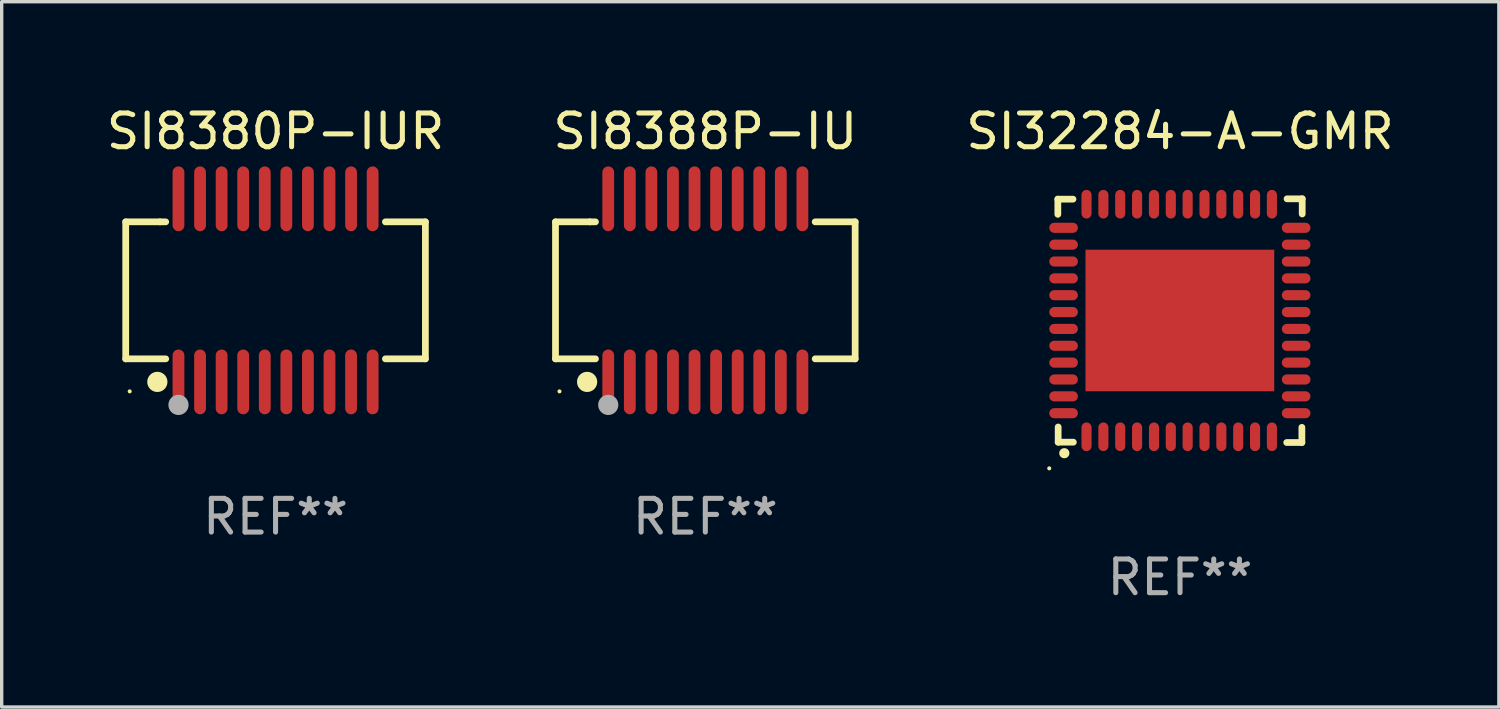
<source format=kicad_pcb>
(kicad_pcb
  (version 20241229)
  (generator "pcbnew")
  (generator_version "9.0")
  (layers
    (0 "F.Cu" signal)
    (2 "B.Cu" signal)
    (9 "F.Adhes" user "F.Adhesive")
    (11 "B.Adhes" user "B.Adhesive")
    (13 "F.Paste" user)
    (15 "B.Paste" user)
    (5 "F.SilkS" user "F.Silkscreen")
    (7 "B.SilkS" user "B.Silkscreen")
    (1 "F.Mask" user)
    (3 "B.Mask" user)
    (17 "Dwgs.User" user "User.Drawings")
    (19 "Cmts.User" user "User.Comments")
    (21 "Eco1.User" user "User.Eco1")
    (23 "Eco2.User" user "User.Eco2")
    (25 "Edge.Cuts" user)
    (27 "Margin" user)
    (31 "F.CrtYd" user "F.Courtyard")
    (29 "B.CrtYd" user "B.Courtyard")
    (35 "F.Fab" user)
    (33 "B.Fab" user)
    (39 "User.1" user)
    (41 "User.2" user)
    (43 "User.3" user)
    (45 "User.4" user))
  (footprint "SI8380P-IUR"
    (layer "F.Cu")
    (at 5.125 5.564)
    (property "Reference" "SI8380P-IUR" (at 0 -4.716 0) (layer "F.SilkS") (effects (font (size 1 1) (thickness 0.15))))
    (attr through_hole)
    (fp_line (start -4.445 -2.032) (end -4.445 2.032) (stroke (width 0.2) (type solid)) (layer "F.SilkS"))
    (fp_line (start -4.445 2.032) (end -3.259 2.032) (stroke (width 0.2) (type solid)) (layer "F.SilkS"))
    (fp_line (start -3.429 -2.032) (end -4.445 -2.032) (stroke (width 0.2) (type solid)) (layer "F.SilkS"))
    (fp_line (start -3.259 -2.032) (end -3.429 -2.032) (stroke (width 0.2) (type solid)) (layer "F.SilkS"))
    (fp_line (start 3.259 2.032) (end 4.445 2.032) (stroke (width 0.2) (type solid)) (layer "F.SilkS"))
    (fp_line (start 4.445 -2.032) (end 3.259 -2.032) (stroke (width 0.2) (type solid)) (layer "F.SilkS"))
    (fp_line (start 4.445 2.032) (end 4.445 -2.032) (stroke (width 0.2) (type solid)) (layer "F.SilkS"))
    (fp_circle (center -4.327 2.997) (end -4.297 2.997) (stroke (width 0.06) (type solid)) (fill no) (layer "F.SilkS"))
    (fp_circle (center -3.507 2.716) (end -3.357 2.716) (stroke (width 0.3) (type solid)) (fill no) (layer "F.SilkS"))
    (fp_circle (center -2.88 3.398) (end -2.73 3.398) (stroke (width 0.3) (type solid)) (fill no) (layer "F.Fab"))
    (fp_text user "REF**" (at 0 6.716 0) (layer "F.Fab") (effects (font (size 1 1) (thickness 0.15))))
    (pad "1" smd oval (at -2.88 2.716) (size 0.35 1.922) (layers "F.Cu" "F.Mask" "F.Paste"))
    (pad "2" smd oval (at -2.24 2.716) (size 0.35 1.922) (layers "F.Cu" "F.Mask" "F.Paste"))
    (pad "3" smd oval (at -1.6 2.716) (size 0.35 1.922) (layers "F.Cu" "F.Mask" "F.Paste"))
    (pad "4" smd oval (at -0.96 2.716) (size 0.35 1.922) (layers "F.Cu" "F.Mask" "F.Paste"))
    (pad "5" smd oval (at -0.32 2.716) (size 0.35 1.922) (layers "F.Cu" "F.Mask" "F.Paste"))
    (pad "6" smd oval (at 0.32 2.716) (size 0.35 1.922) (layers "F.Cu" "F.Mask" "F.Paste"))
    (pad "7" smd oval (at 0.96 2.716) (size 0.35 1.922) (layers "F.Cu" "F.Mask" "F.Paste"))
    (pad "8" smd oval (at 1.6 2.716) (size 0.35 1.922) (layers "F.Cu" "F.Mask" "F.Paste"))
    (pad "9" smd oval (at 2.24 2.716) (size 0.35 1.922) (layers "F.Cu" "F.Mask" "F.Paste"))
    (pad "10" smd oval (at 2.88 2.716) (size 0.35 1.922) (layers "F.Cu" "F.Mask" "F.Paste"))
    (pad "11" smd oval (at 2.88 -2.716) (size 0.35 1.922) (layers "F.Cu" "F.Mask" "F.Paste"))
    (pad "12" smd oval (at 2.24 -2.716) (size 0.35 1.922) (layers "F.Cu" "F.Mask" "F.Paste"))
    (pad "13" smd oval (at 1.6 -2.716) (size 0.35 1.922) (layers "F.Cu" "F.Mask" "F.Paste"))
    (pad "14" smd oval (at 0.96 -2.716) (size 0.35 1.922) (layers "F.Cu" "F.Mask" "F.Paste"))
    (pad "15" smd oval (at 0.32 -2.716) (size 0.35 1.922) (layers "F.Cu" "F.Mask" "F.Paste"))
    (pad "16" smd oval (at -0.32 -2.716) (size 0.35 1.922) (layers "F.Cu" "F.Mask" "F.Paste"))
    (pad "17" smd oval (at -0.96 -2.716) (size 0.35 1.922) (layers "F.Cu" "F.Mask" "F.Paste"))
    (pad "18" smd oval (at -1.6 -2.716) (size 0.35 1.922) (layers "F.Cu" "F.Mask" "F.Paste"))
    (pad "19" smd oval (at -2.24 -2.716) (size 0.35 1.922) (layers "F.Cu" "F.Mask" "F.Paste"))
    (pad "20" smd oval (at -2.88 -2.716) (size 0.35 1.922) (layers "F.Cu" "F.Mask" "F.Paste")))
  (footprint "SI8388P-IU"
    (layer "F.Cu")
    (at 17.875 5.564)
    (property "Reference" "SI8388P-IU" (at 0 -4.716 0) (layer "F.SilkS") (effects (font (size 1 1) (thickness 0.15))))
    (attr through_hole)
    (fp_line (start -4.445 -2.032) (end -4.445 2.032) (stroke (width 0.2) (type solid)) (layer "F.SilkS"))
    (fp_line (start -4.445 2.032) (end -3.259 2.032) (stroke (width 0.2) (type solid)) (layer "F.SilkS"))
    (fp_line (start -3.429 -2.032) (end -4.445 -2.032) (stroke (width 0.2) (type solid)) (layer "F.SilkS"))
    (fp_line (start -3.259 -2.032) (end -3.429 -2.032) (stroke (width 0.2) (type solid)) (layer "F.SilkS"))
    (fp_line (start 3.259 2.032) (end 4.445 2.032) (stroke (width 0.2) (type solid)) (layer "F.SilkS"))
    (fp_line (start 4.445 -2.032) (end 3.259 -2.032) (stroke (width 0.2) (type solid)) (layer "F.SilkS"))
    (fp_line (start 4.445 2.032) (end 4.445 -2.032) (stroke (width 0.2) (type solid)) (layer "F.SilkS"))
    (fp_circle (center -4.327 2.997) (end -4.297 2.997) (stroke (width 0.06) (type solid)) (fill no) (layer "F.SilkS"))
    (fp_circle (center -3.507 2.716) (end -3.357 2.716) (stroke (width 0.3) (type solid)) (fill no) (layer "F.SilkS"))
    (fp_circle (center -2.88 3.398) (end -2.73 3.398) (stroke (width 0.3) (type solid)) (fill no) (layer "F.Fab"))
    (fp_text user "REF**" (at 0 6.716 0) (layer "F.Fab") (effects (font (size 1 1) (thickness 0.15))))
    (pad "1" smd oval (at -2.88 2.716) (size 0.35 1.922) (layers "F.Cu" "F.Mask" "F.Paste"))
    (pad "2" smd oval (at -2.24 2.716) (size 0.35 1.922) (layers "F.Cu" "F.Mask" "F.Paste"))
    (pad "3" smd oval (at -1.6 2.716) (size 0.35 1.922) (layers "F.Cu" "F.Mask" "F.Paste"))
    (pad "4" smd oval (at -0.96 2.716) (size 0.35 1.922) (layers "F.Cu" "F.Mask" "F.Paste"))
    (pad "5" smd oval (at -0.32 2.716) (size 0.35 1.922) (layers "F.Cu" "F.Mask" "F.Paste"))
    (pad "6" smd oval (at 0.32 2.716) (size 0.35 1.922) (layers "F.Cu" "F.Mask" "F.Paste"))
    (pad "7" smd oval (at 0.96 2.716) (size 0.35 1.922) (layers "F.Cu" "F.Mask" "F.Paste"))
    (pad "8" smd oval (at 1.6 2.716) (size 0.35 1.922) (layers "F.Cu" "F.Mask" "F.Paste"))
    (pad "9" smd oval (at 2.24 2.716) (size 0.35 1.922) (layers "F.Cu" "F.Mask" "F.Paste"))
    (pad "10" smd oval (at 2.88 2.716) (size 0.35 1.922) (layers "F.Cu" "F.Mask" "F.Paste"))
    (pad "11" smd oval (at 2.88 -2.716) (size 0.35 1.922) (layers "F.Cu" "F.Mask" "F.Paste"))
    (pad "12" smd oval (at 2.24 -2.716) (size 0.35 1.922) (layers "F.Cu" "F.Mask" "F.Paste"))
    (pad "13" smd oval (at 1.6 -2.716) (size 0.35 1.922) (layers "F.Cu" "F.Mask" "F.Paste"))
    (pad "14" smd oval (at 0.96 -2.716) (size 0.35 1.922) (layers "F.Cu" "F.Mask" "F.Paste"))
    (pad "15" smd oval (at 0.32 -2.716) (size 0.35 1.922) (layers "F.Cu" "F.Mask" "F.Paste"))
    (pad "16" smd oval (at -0.32 -2.716) (size 0.35 1.922) (layers "F.Cu" "F.Mask" "F.Paste"))
    (pad "17" smd oval (at -0.96 -2.716) (size 0.35 1.922) (layers "F.Cu" "F.Mask" "F.Paste"))
    (pad "18" smd oval (at -1.6 -2.716) (size 0.35 1.922) (layers "F.Cu" "F.Mask" "F.Paste"))
    (pad "19" smd oval (at -2.24 -2.716) (size 0.35 1.922) (layers "F.Cu" "F.Mask" "F.Paste"))
    (pad "20" smd oval (at -2.88 -2.716) (size 0.35 1.922) (layers "F.Cu" "F.Mask" "F.Paste")))
  (footprint "SI32284-A-GMR"
    (layer "F.Cu")
    (at 31.958 6.463)
    (property "Reference" "SI32284-A-GMR" (at 0 -5.615 0) (layer "F.SilkS") (effects (font (size 1 1) (thickness 0.15))))
    (attr through_hole)
    (fp_line (start -3.625 -3.605) (end -3.175 -3.605) (stroke (width 0.2) (type solid)) (layer "F.SilkS"))
    (fp_line (start -3.625 -3.155) (end -3.625 -3.605) (stroke (width 0.2) (type solid)) (layer "F.SilkS"))
    (fp_line (start -3.615 3.605) (end -3.615 3.155) (stroke (width 0.2) (type solid)) (layer "F.SilkS"))
    (fp_line (start -3.165 3.605) (end -3.615 3.605) (stroke (width 0.2) (type solid)) (layer "F.SilkS"))
    (fp_line (start 3.165 3.615) (end 3.615 3.615) (stroke (width 0.2) (type solid)) (layer "F.SilkS"))
    (fp_line (start 3.615 3.615) (end 3.615 3.165) (stroke (width 0.2) (type solid)) (layer "F.SilkS"))
    (fp_line (start 3.625 -3.615) (end 3.175 -3.615) (stroke (width 0.2) (type solid)) (layer "F.SilkS"))
    (fp_line (start 3.625 -3.165) (end 3.625 -3.615) (stroke (width 0.2) (type solid)) (layer "F.SilkS"))
    (fp_arc (start -3.434011 3.931928) (mid -3.432741 3.931923) (end -3.431471 3.931928) (stroke (width 0.3) (type solid)) (layer "F.SilkS"))
    (fp_circle (center -3.88 4.382) (end -3.85 4.382) (stroke (width 0.06) (type solid)) (fill no) (layer "F.SilkS"))
    (fp_text user "REF**" (at 0 7.615 0) (layer "F.Fab") (effects (font (size 1 1) (thickness 0.15))))
    (pad "1" smd oval (at -2.774 3.445 180) (size 0.3 0.85) (layers "F.Cu" "F.Mask" "F.Paste"))
    (pad "2" smd oval (at -2.274 3.445 180) (size 0.3 0.85) (layers "F.Cu" "F.Mask" "F.Paste"))
    (pad "3" smd oval (at -1.774 3.445 180) (size 0.3 0.85) (layers "F.Cu" "F.Mask" "F.Paste"))
    (pad "4" smd oval (at -1.274 3.445 180) (size 0.3 0.85) (layers "F.Cu" "F.Mask" "F.Paste"))
    (pad "5" smd oval (at -0.772 3.445 180) (size 0.3 0.85) (layers "F.Cu" "F.Mask" "F.Paste"))
    (pad "6" smd oval (at -0.274 3.445 180) (size 0.3 0.85) (layers "F.Cu" "F.Mask" "F.Paste"))
    (pad "7" smd oval (at 0.226 3.445 180) (size 0.3 0.85) (layers "F.Cu" "F.Mask" "F.Paste"))
    (pad "8" smd oval (at 0.726 3.445 180) (size 0.3 0.85) (layers "F.Cu" "F.Mask" "F.Paste"))
    (pad "9" smd oval (at 1.226 3.445 180) (size 0.3 0.85) (layers "F.Cu" "F.Mask" "F.Paste"))
    (pad "10" smd oval (at 1.726 3.445 180) (size 0.3 0.85) (layers "F.Cu" "F.Mask" "F.Paste"))
    (pad "11" smd oval (at 2.226 3.445 180) (size 0.3 0.85) (layers "F.Cu" "F.Mask" "F.Paste"))
    (pad "12" smd oval (at 2.726 3.445 180) (size 0.3 0.85) (layers "F.Cu" "F.Mask" "F.Paste"))
    (pad "13" smd oval (at 3.445 2.745 90) (size 0.3 0.85) (layers "F.Cu" "F.Mask" "F.Paste"))
    (pad "14" smd oval (at 3.445 2.245 90) (size 0.3 0.85) (layers "F.Cu" "F.Mask" "F.Paste"))
    (pad "15" smd oval (at 3.445 1.745 90) (size 0.3 0.85) (layers "F.Cu" "F.Mask" "F.Paste"))
    (pad "16" smd oval (at 3.445 1.245 90) (size 0.3 0.85) (layers "F.Cu" "F.Mask" "F.Paste"))
    (pad "17" smd oval (at 3.445 0.745 90) (size 0.3 0.85) (layers "F.Cu" "F.Mask" "F.Paste"))
    (pad "18" smd oval (at 3.445 0.245 90) (size 0.3 0.85) (layers "F.Cu" "F.Mask" "F.Paste"))
    (pad "19" smd oval (at 3.445 -0.255 90) (size 0.3 0.85) (layers "F.Cu" "F.Mask" "F.Paste"))
    (pad "20" smd oval (at 3.445 -0.755 90) (size 0.3 0.85) (layers "F.Cu" "F.Mask" "F.Paste"))
    (pad "21" smd oval (at 3.445 -1.255 90) (size 0.3 0.85) (layers "F.Cu" "F.Mask" "F.Paste"))
    (pad "22" smd oval (at 3.445 -1.755 90) (size 0.3 0.85) (layers "F.Cu" "F.Mask" "F.Paste"))
    (pad "23" smd oval (at 3.445 -2.255 90) (size 0.3 0.85) (layers "F.Cu" "F.Mask" "F.Paste"))
    (pad "24" smd oval (at 3.445 -2.755 90) (size 0.3 0.85) (layers "F.Cu" "F.Mask" "F.Paste"))
    (pad "25" smd oval (at 2.726 -3.455 180) (size 0.3 0.85) (layers "F.Cu" "F.Mask" "F.Paste"))
    (pad "26" smd oval (at 2.226 -3.455 180) (size 0.3 0.85) (layers "F.Cu" "F.Mask" "F.Paste"))
    (pad "27" smd oval (at 1.726 -3.455 180) (size 0.3 0.85) (layers "F.Cu" "F.Mask" "F.Paste"))
    (pad "28" smd oval (at 1.226 -3.455 180) (size 0.3 0.85) (layers "F.Cu" "F.Mask" "F.Paste"))
    (pad "29" smd oval (at 0.726 -3.455 180) (size 0.3 0.85) (layers "F.Cu" "F.Mask" "F.Paste"))
    (pad "30" smd oval (at 0.226 -3.455 180) (size 0.3 0.85) (layers "F.Cu" "F.Mask" "F.Paste"))
    (pad "31" smd oval (at -0.274 -3.455 180) (size 0.3 0.85) (layers "F.Cu" "F.Mask" "F.Paste"))
    (pad "32" smd oval (at -0.774 -3.455 180) (size 0.3 0.85) (layers "F.Cu" "F.Mask" "F.Paste"))
    (pad "33" smd oval (at -1.274 -3.455 180) (size 0.3 0.85) (layers "F.Cu" "F.Mask" "F.Paste"))
    (pad "34" smd oval (at -1.774 -3.455 180) (size 0.3 0.85) (layers "F.Cu" "F.Mask" "F.Paste"))
    (pad "35" smd oval (at -2.274 -3.455 180) (size 0.3 0.85) (layers "F.Cu" "F.Mask" "F.Paste"))
    (pad "36" smd oval (at -2.774 -3.455 180) (size 0.3 0.85) (layers "F.Cu" "F.Mask" "F.Paste"))
    (pad "37" smd oval (at -3.455 -2.755 90) (size 0.3 0.85) (layers "F.Cu" "F.Mask" "F.Paste"))
    (pad "38" smd oval (at -3.455 -2.255 90) (size 0.3 0.85) (layers "F.Cu" "F.Mask" "F.Paste"))
    (pad "39" smd oval (at -3.455 -1.755 90) (size 0.3 0.85) (layers "F.Cu" "F.Mask" "F.Paste"))
    (pad "40" smd oval (at -3.455 -1.255 90) (size 0.3 0.85) (layers "F.Cu" "F.Mask" "F.Paste"))
    (pad "41" smd oval (at -3.455 -0.755 90) (size 0.3 0.85) (layers "F.Cu" "F.Mask" "F.Paste"))
    (pad "42" smd oval (at -3.455 -0.255 90) (size 0.3 0.85) (layers "F.Cu" "F.Mask" "F.Paste"))
    (pad "43" smd oval (at -3.455 0.245 90) (size 0.3 0.85) (layers "F.Cu" "F.Mask" "F.Paste"))
    (pad "44" smd oval (at -3.455 0.745 90) (size 0.3 0.85) (layers "F.Cu" "F.Mask" "F.Paste"))
    (pad "45" smd oval (at -3.455 1.245 90) (size 0.3 0.85) (layers "F.Cu" "F.Mask" "F.Paste"))
    (pad "46" smd oval (at -3.455 1.745 90) (size 0.3 0.85) (layers "F.Cu" "F.Mask" "F.Paste"))
    (pad "47" smd oval (at -3.455 2.245 90) (size 0.3 0.85) (layers "F.Cu" "F.Mask" "F.Paste"))
    (pad "48" smd oval (at -3.455 2.745 90) (size 0.3 0.85) (layers "F.Cu" "F.Mask" "F.Paste"))
    (pad "49" smd rect (at -0.005 -0.005 180) (size 5.6 4.2) (layers "F.Cu" "F.Mask" "F.Paste")))
  (gr_rect
    (start -3 -3)
    (end 41.417 17.926)
    (stroke (width 0.1) (type default))
    (fill no)
    (layer "Edge.Cuts")))
</source>
